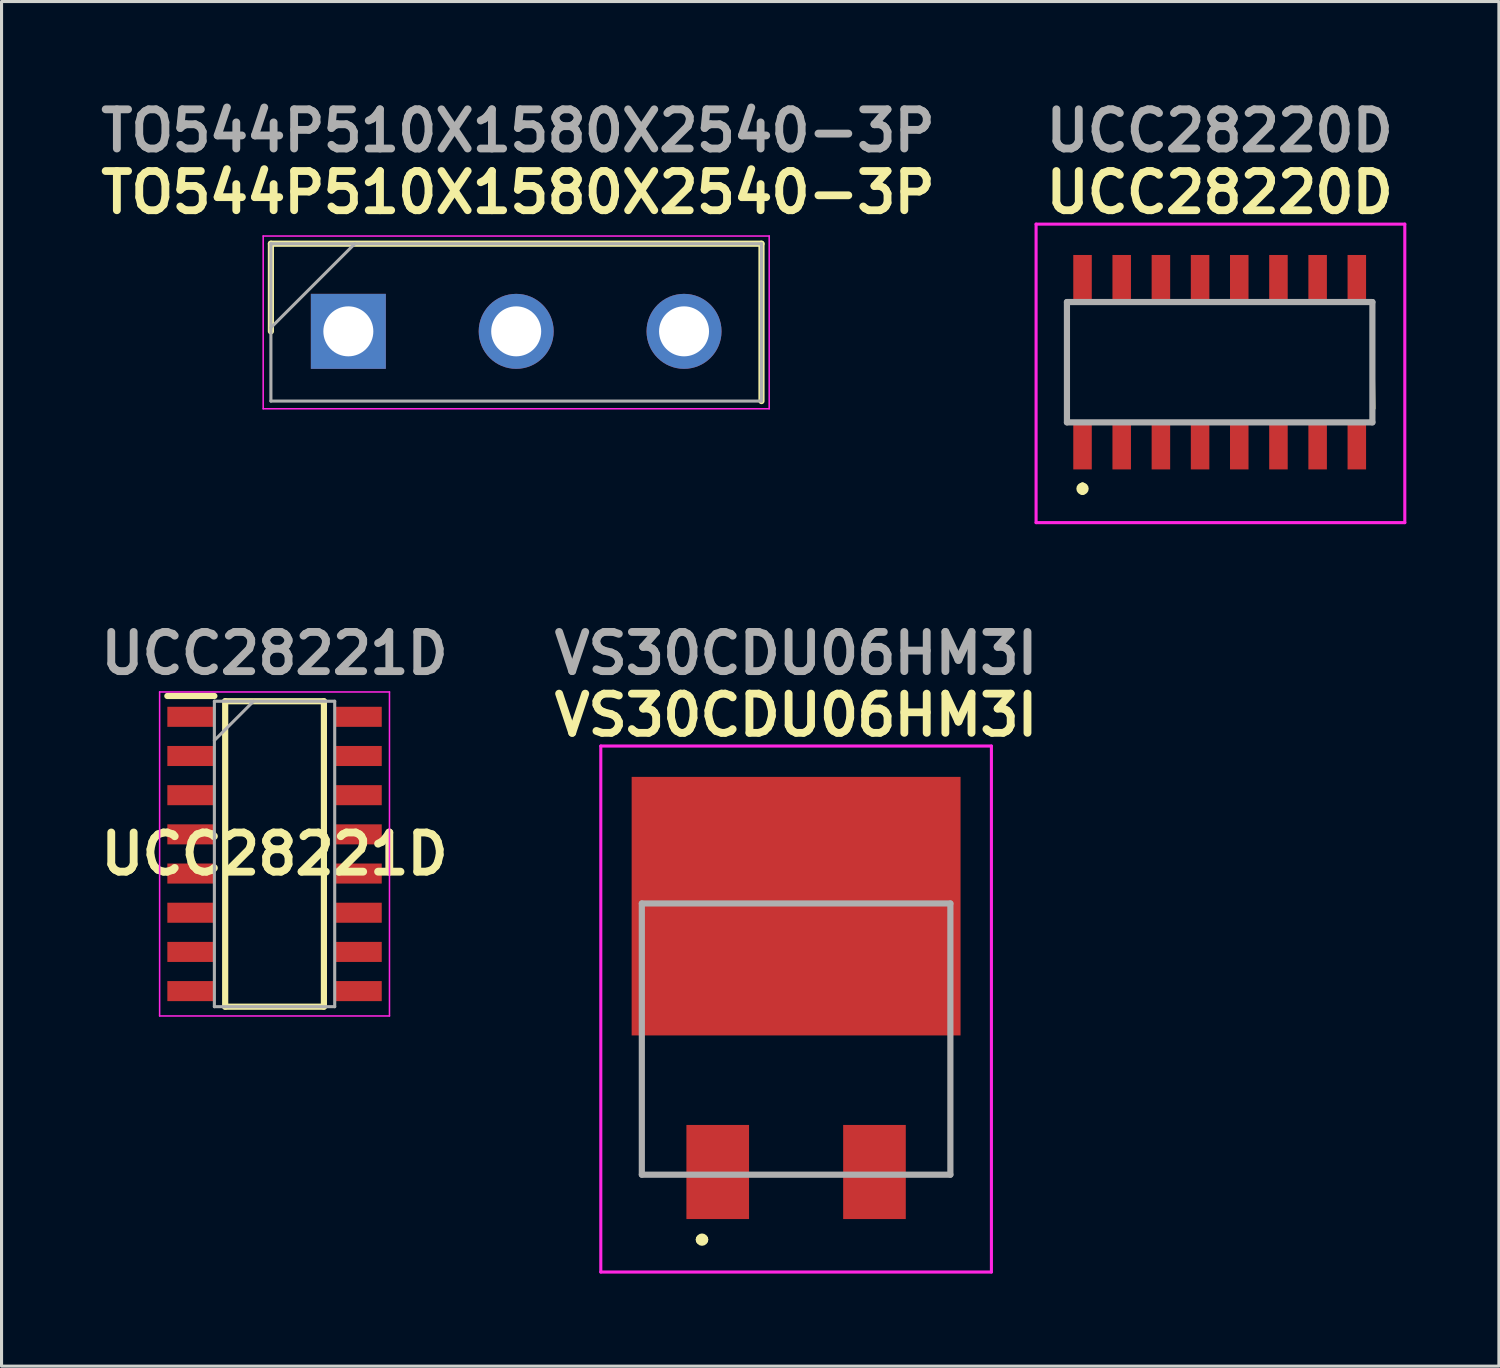
<source format=kicad_pcb>
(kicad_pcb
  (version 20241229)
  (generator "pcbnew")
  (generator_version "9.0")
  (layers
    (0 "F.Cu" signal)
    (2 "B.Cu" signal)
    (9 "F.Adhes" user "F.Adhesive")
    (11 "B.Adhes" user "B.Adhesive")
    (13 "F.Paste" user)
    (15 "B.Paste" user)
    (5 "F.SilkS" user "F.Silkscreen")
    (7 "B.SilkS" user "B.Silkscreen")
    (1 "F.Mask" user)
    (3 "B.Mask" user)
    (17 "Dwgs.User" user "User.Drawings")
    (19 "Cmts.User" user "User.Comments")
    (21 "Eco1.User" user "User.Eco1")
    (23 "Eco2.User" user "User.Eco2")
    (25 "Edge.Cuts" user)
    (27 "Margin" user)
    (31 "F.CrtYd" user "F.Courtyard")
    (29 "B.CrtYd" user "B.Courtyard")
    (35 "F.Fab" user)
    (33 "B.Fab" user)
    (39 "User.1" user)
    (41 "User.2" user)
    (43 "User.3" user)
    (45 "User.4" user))
  (footprint "TO544P510X1580X2540-3P"
    (layer "F.Cu")
    (at 8.24 7.689)
    (property "Reference" "TO544P510X1580X2540-3P" (at 5.5 -4.5 0) (layer "F.SilkS") (effects (font (size 1.27 1.27) (thickness 0.254))))
    (attr through_hole)
    (fp_line (start -2.51 -2.84) (end -2.51 0) (stroke (width 0.2) (type solid)) (layer "F.SilkS"))
    (fp_line (start 13.39 -2.84) (end -2.51 -2.84) (stroke (width 0.2) (type solid)) (layer "F.SilkS"))
    (fp_line (start 13.39 2.26) (end 13.39 -2.84) (stroke (width 0.2) (type solid)) (layer "F.SilkS"))
    (fp_line (start -2.76 -3.09) (end 13.64 -3.09) (stroke (width 0.05) (type solid)) (layer "F.CrtYd"))
    (fp_line (start -2.76 2.51) (end -2.76 -3.09) (stroke (width 0.05) (type solid)) (layer "F.CrtYd"))
    (fp_line (start 13.64 -3.09) (end 13.64 2.51) (stroke (width 0.05) (type solid)) (layer "F.CrtYd"))
    (fp_line (start 13.64 2.51) (end -2.76 2.51) (stroke (width 0.05) (type solid)) (layer "F.CrtYd"))
    (fp_line (start -2.51 -2.84) (end 13.39 -2.84) (stroke (width 0.1) (type solid)) (layer "F.Fab"))
    (fp_line (start -2.51 -0.12) (end 0.21 -2.84) (stroke (width 0.1) (type solid)) (layer "F.Fab"))
    (fp_line (start -2.51 2.26) (end -2.51 -2.84) (stroke (width 0.1) (type solid)) (layer "F.Fab"))
    (fp_line (start 13.39 -2.84) (end 13.39 2.26) (stroke (width 0.1) (type solid)) (layer "F.Fab"))
    (fp_line (start 13.39 2.26) (end -2.51 2.26) (stroke (width 0.1) (type solid)) (layer "F.Fab"))
    (fp_text user "${REFERENCE}" (at 5.5 -6.5 0) (layer "F.Fab") (effects (font (size 1.27 1.27) (thickness 0.254))))
    (pad "1" thru_hole rect (at 0 0) (size 2.43 2.43) (drill 1.62) (layers "*.Cu" "*.Mask"))
    (pad "2" thru_hole circle (at 5.44 0) (size 2.43 2.43) (drill 1.62) (layers "*.Cu" "*.Mask"))
    (pad "3" thru_hole circle (at 10.88 0) (size 2.43 2.43) (drill 1.62) (layers "*.Cu" "*.Mask")))
  (footprint "UCC28220D"
    (layer "F.Cu")
    (at 36.48 8.689)
    (property "Reference" "UCC28220D" (at 0 -5.5 0) (layer "F.SilkS") (effects (font (size 1.27 1.27) (thickness 0.254))))
    (attr smd)
    (fp_line (start -4.95 -1.5) (end -4.95 1.5) (stroke (width 0.1) (type solid)) (layer "F.SilkS"))
    (fp_line (start -4.445 4) (end -4.445 4) (stroke (width 0.2) (type solid)) (layer "F.SilkS"))
    (fp_line (start -4.445 4.2) (end -4.445 4.2) (stroke (width 0.2) (type solid)) (layer "F.SilkS"))
    (fp_line (start 4.95 -1.5) (end 5 1.5) (stroke (width 0.1) (type solid)) (layer "F.SilkS"))
    (fp_arc (start -4.445 4) (mid -4.345 4.1) (end -4.445 4.2) (stroke (width 0.2) (type solid)) (layer "F.SilkS"))
    (fp_arc (start -4.445 4.2) (mid -4.545 4.1) (end -4.445 4) (stroke (width 0.2) (type solid)) (layer "F.SilkS"))
    (fp_line (start -5.95 -4.475) (end 6 -4.475) (stroke (width 0.1) (type solid)) (layer "F.CrtYd"))
    (fp_line (start -5.95 5.2) (end -5.95 -4.475) (stroke (width 0.1) (type solid)) (layer "F.CrtYd"))
    (fp_line (start 6 -4.475) (end 6 5.2) (stroke (width 0.1) (type solid)) (layer "F.CrtYd"))
    (fp_line (start 6 5.2) (end -5.95 5.2) (stroke (width 0.1) (type solid)) (layer "F.CrtYd"))
    (fp_line (start -4.95 -1.95) (end 4.95 -1.95) (stroke (width 0.2) (type solid)) (layer "F.Fab"))
    (fp_line (start -4.95 1.95) (end -4.95 -1.95) (stroke (width 0.2) (type solid)) (layer "F.Fab"))
    (fp_line (start 4.95 -1.95) (end 4.95 1.95) (stroke (width 0.2) (type solid)) (layer "F.Fab"))
    (fp_line (start 4.95 1.95) (end -4.95 1.95) (stroke (width 0.2) (type solid)) (layer "F.Fab"))
    (fp_text user "${REFERENCE}" (at 0 -7.5 0) (layer "F.Fab") (effects (font (size 1.27 1.27) (thickness 0.254))))
    (pad "1" smd rect (at -4.445 2.7) (size 0.6 1.55) (layers "F.Cu" "F.Mask" "F.Paste"))
    (pad "2" smd rect (at -3.175 2.7) (size 0.6 1.55) (layers "F.Cu" "F.Mask" "F.Paste"))
    (pad "3" smd rect (at -1.905 2.7) (size 0.6 1.55) (layers "F.Cu" "F.Mask" "F.Paste"))
    (pad "4" smd rect (at -0.635 2.7) (size 0.6 1.55) (layers "F.Cu" "F.Mask" "F.Paste"))
    (pad "5" smd rect (at 0.635 2.7) (size 0.6 1.55) (layers "F.Cu" "F.Mask" "F.Paste"))
    (pad "6" smd rect (at 1.905 2.7) (size 0.6 1.55) (layers "F.Cu" "F.Mask" "F.Paste"))
    (pad "7" smd rect (at 3.175 2.7) (size 0.6 1.55) (layers "F.Cu" "F.Mask" "F.Paste"))
    (pad "8" smd rect (at 4.445 2.7) (size 0.6 1.55) (layers "F.Cu" "F.Mask" "F.Paste"))
    (pad "9" smd rect (at 4.445 -2.7) (size 0.6 1.55) (layers "F.Cu" "F.Mask" "F.Paste"))
    (pad "10" smd rect (at 3.175 -2.7) (size 0.6 1.55) (layers "F.Cu" "F.Mask" "F.Paste"))
    (pad "11" smd rect (at 1.905 -2.7) (size 0.6 1.55) (layers "F.Cu" "F.Mask" "F.Paste"))
    (pad "12" smd rect (at 0.635 -2.7) (size 0.6 1.55) (layers "F.Cu" "F.Mask" "F.Paste"))
    (pad "13" smd rect (at -0.635 -2.7) (size 0.6 1.55) (layers "F.Cu" "F.Mask" "F.Paste"))
    (pad "14" smd rect (at -1.905 -2.7) (size 0.6 1.55) (layers "F.Cu" "F.Mask" "F.Paste"))
    (pad "15" smd rect (at -3.175 -2.7) (size 0.6 1.55) (layers "F.Cu" "F.Mask" "F.Paste"))
    (pad "16" smd rect (at -4.445 -2.7) (size 0.6 1.55) (layers "F.Cu" "F.Mask" "F.Paste")))
  (footprint "VS30CDU06HM3I"
    (layer "F.Cu")
    (at 22.752 30.627)
    (property "Reference" "VS30CDU06HM3I" (at 0 -10.5 0) (layer "F.SilkS") (effects (font (size 1.27 1.27) (thickness 0.254))))
    (attr smd)
    (fp_line (start -5 0.5) (end -5 4.395) (stroke (width 0.1) (type solid)) (layer "F.SilkS"))
    (fp_line (start -5 4.395) (end -4 4.395) (stroke (width 0.1) (type solid)) (layer "F.SilkS"))
    (fp_line (start -3.1 6.5) (end -3.1 6.5) (stroke (width 0.3) (type solid)) (layer "F.SilkS"))
    (fp_line (start -3 6.5) (end -3 6.5) (stroke (width 0.3) (type solid)) (layer "F.SilkS"))
    (fp_line (start -1 4.395) (end 1 4.395) (stroke (width 0.1) (type solid)) (layer "F.SilkS"))
    (fp_line (start 5 0) (end 5 4.395) (stroke (width 0.1) (type solid)) (layer "F.SilkS"))
    (fp_line (start 5 4.395) (end 4 4.395) (stroke (width 0.1) (type solid)) (layer "F.SilkS"))
    (fp_arc (start -3.1 6.5) (mid -3.05 6.45) (end -3 6.5) (stroke (width 0.3) (type solid)) (layer "F.SilkS"))
    (fp_arc (start -3 6.5) (mid -3.05 6.55) (end -3.1 6.5) (stroke (width 0.3) (type solid)) (layer "F.SilkS"))
    (fp_line (start -6.33 -9.498) (end 6.33 -9.498) (stroke (width 0.1) (type solid)) (layer "F.CrtYd"))
    (fp_line (start -6.33 7.55) (end -6.33 -9.498) (stroke (width 0.1) (type solid)) (layer "F.CrtYd"))
    (fp_line (start 6.33 -9.498) (end 6.33 7.55) (stroke (width 0.1) (type solid)) (layer "F.CrtYd"))
    (fp_line (start 6.33 7.55) (end -6.33 7.55) (stroke (width 0.1) (type solid)) (layer "F.CrtYd"))
    (fp_line (start -5 -4.395) (end 5 -4.395) (stroke (width 0.2) (type solid)) (layer "F.Fab"))
    (fp_line (start -5 4.395) (end -5 -4.395) (stroke (width 0.2) (type solid)) (layer "F.Fab"))
    (fp_line (start 5 -4.395) (end 5 4.395) (stroke (width 0.2) (type solid)) (layer "F.Fab"))
    (fp_line (start 5 4.395) (end -5 4.395) (stroke (width 0.2) (type solid)) (layer "F.Fab"))
    (fp_text user "${REFERENCE}" (at 0 -12.5 0) (layer "F.Fab") (effects (font (size 1.27 1.27) (thickness 0.254))))
    (pad "1" smd rect (at -2.54 4.308) (size 2.03 3.05) (layers "F.Cu" "F.Mask" "F.Paste"))
    (pad "2" smd rect (at 2.54 4.308) (size 2.03 3.05) (layers "F.Cu" "F.Mask" "F.Paste"))
    (pad "3" smd rect (at 0 -4.308 90) (size 8.38 10.66) (layers "F.Cu" "F.Mask" "F.Paste")))
  (footprint "UCC28221D"
    (layer "F.Cu")
    (at 5.848 24.627)
    (property "Reference" "UCC28221D" (at 0 0 0) (layer "F.SilkS") (effects (font (size 1.27 1.27) (thickness 0.254))))
    (attr smd)
    (fp_line (start -3.475 -5.12) (end -1.95 -5.12) (stroke (width 0.2) (type solid)) (layer "F.SilkS"))
    (fp_line (start -1.6 -4.95) (end 1.6 -4.95) (stroke (width 0.2) (type solid)) (layer "F.SilkS"))
    (fp_line (start -1.6 4.95) (end -1.6 -4.95) (stroke (width 0.2) (type solid)) (layer "F.SilkS"))
    (fp_line (start 1.6 -4.95) (end 1.6 4.95) (stroke (width 0.2) (type solid)) (layer "F.SilkS"))
    (fp_line (start 1.6 4.95) (end -1.6 4.95) (stroke (width 0.2) (type solid)) (layer "F.SilkS"))
    (fp_line (start -3.725 -5.25) (end 3.725 -5.25) (stroke (width 0.05) (type solid)) (layer "F.CrtYd"))
    (fp_line (start -3.725 5.25) (end -3.725 -5.25) (stroke (width 0.05) (type solid)) (layer "F.CrtYd"))
    (fp_line (start 3.725 -5.25) (end 3.725 5.25) (stroke (width 0.05) (type solid)) (layer "F.CrtYd"))
    (fp_line (start 3.725 5.25) (end -3.725 5.25) (stroke (width 0.05) (type solid)) (layer "F.CrtYd"))
    (fp_line (start -1.95 -4.95) (end 1.95 -4.95) (stroke (width 0.1) (type solid)) (layer "F.Fab"))
    (fp_line (start -1.95 -3.68) (end -0.68 -4.95) (stroke (width 0.1) (type solid)) (layer "F.Fab"))
    (fp_line (start -1.95 4.95) (end -1.95 -4.95) (stroke (width 0.1) (type solid)) (layer "F.Fab"))
    (fp_line (start 1.95 -4.95) (end 1.95 4.95) (stroke (width 0.1) (type solid)) (layer "F.Fab"))
    (fp_line (start 1.95 4.95) (end -1.95 4.95) (stroke (width 0.1) (type solid)) (layer "F.Fab"))
    (fp_text user "${REFERENCE}" (at 0 -6.5 0) (layer "F.Fab") (effects (font (size 1.27 1.27) (thickness 0.254))))
    (pad "1" smd rect (at -2.712 -4.445 90) (size 0.65 1.525) (layers "F.Cu" "F.Mask" "F.Paste"))
    (pad "2" smd rect (at -2.712 -3.175 90) (size 0.65 1.525) (layers "F.Cu" "F.Mask" "F.Paste"))
    (pad "3" smd rect (at -2.712 -1.905 90) (size 0.65 1.525) (layers "F.Cu" "F.Mask" "F.Paste"))
    (pad "4" smd rect (at -2.712 -0.635 90) (size 0.65 1.525) (layers "F.Cu" "F.Mask" "F.Paste"))
    (pad "5" smd rect (at -2.712 0.635 90) (size 0.65 1.525) (layers "F.Cu" "F.Mask" "F.Paste"))
    (pad "6" smd rect (at -2.712 1.905 90) (size 0.65 1.525) (layers "F.Cu" "F.Mask" "F.Paste"))
    (pad "7" smd rect (at -2.712 3.175 90) (size 0.65 1.525) (layers "F.Cu" "F.Mask" "F.Paste"))
    (pad "8" smd rect (at -2.712 4.445 90) (size 0.65 1.525) (layers "F.Cu" "F.Mask" "F.Paste"))
    (pad "9" smd rect (at 2.712 4.445 90) (size 0.65 1.525) (layers "F.Cu" "F.Mask" "F.Paste"))
    (pad "10" smd rect (at 2.712 3.175 90) (size 0.65 1.525) (layers "F.Cu" "F.Mask" "F.Paste"))
    (pad "11" smd rect (at 2.712 1.905 90) (size 0.65 1.525) (layers "F.Cu" "F.Mask" "F.Paste"))
    (pad "12" smd rect (at 2.712 0.635 90) (size 0.65 1.525) (layers "F.Cu" "F.Mask" "F.Paste"))
    (pad "13" smd rect (at 2.712 -0.635 90) (size 0.65 1.525) (layers "F.Cu" "F.Mask" "F.Paste"))
    (pad "14" smd rect (at 2.712 -1.905 90) (size 0.65 1.525) (layers "F.Cu" "F.Mask" "F.Paste"))
    (pad "15" smd rect (at 2.712 -3.175 90) (size 0.65 1.525) (layers "F.Cu" "F.Mask" "F.Paste"))
    (pad "16" smd rect (at 2.712 -4.445 90) (size 0.65 1.525) (layers "F.Cu" "F.Mask" "F.Paste")))
  (gr_rect
    (start -3 -3)
    (end 45.53 41.227)
    (stroke (width 0.1) (type default))
    (fill no)
    (layer "Edge.Cuts")))
</source>
